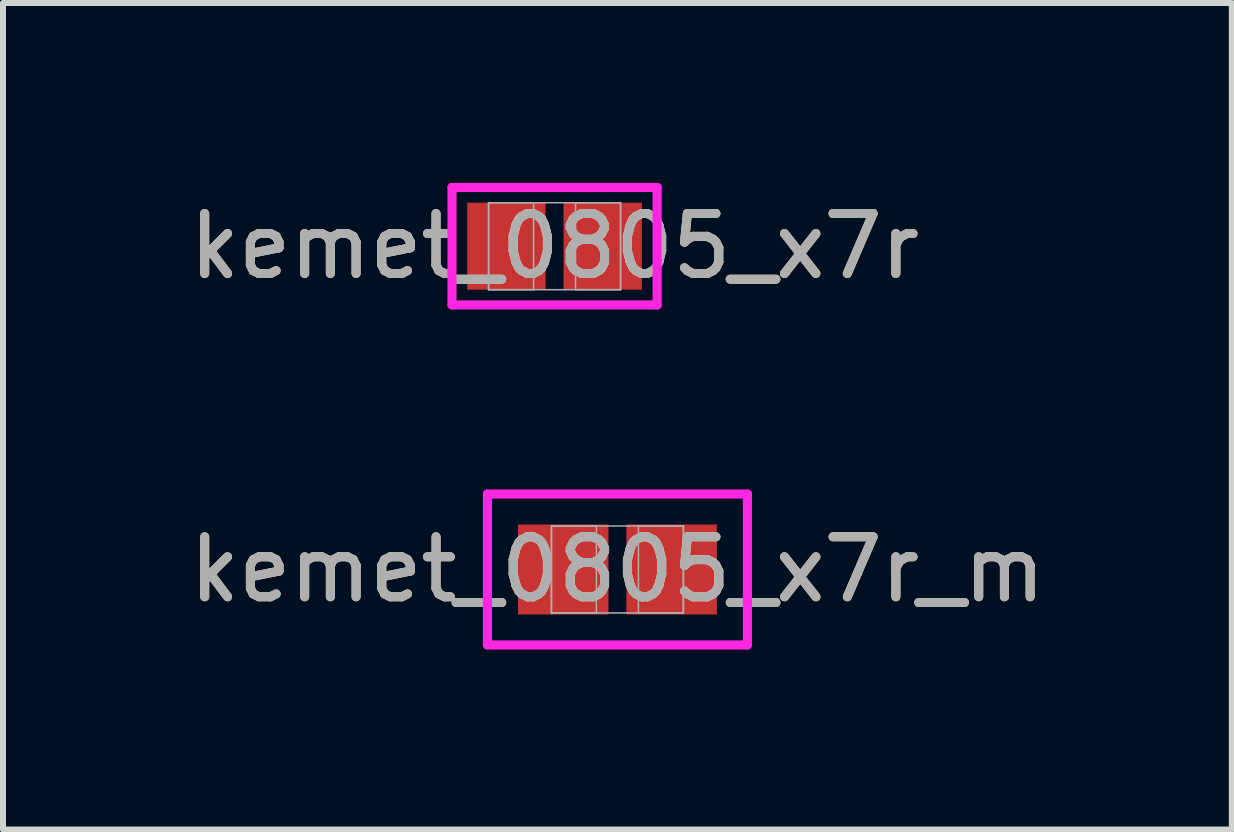
<source format=kicad_pcb>
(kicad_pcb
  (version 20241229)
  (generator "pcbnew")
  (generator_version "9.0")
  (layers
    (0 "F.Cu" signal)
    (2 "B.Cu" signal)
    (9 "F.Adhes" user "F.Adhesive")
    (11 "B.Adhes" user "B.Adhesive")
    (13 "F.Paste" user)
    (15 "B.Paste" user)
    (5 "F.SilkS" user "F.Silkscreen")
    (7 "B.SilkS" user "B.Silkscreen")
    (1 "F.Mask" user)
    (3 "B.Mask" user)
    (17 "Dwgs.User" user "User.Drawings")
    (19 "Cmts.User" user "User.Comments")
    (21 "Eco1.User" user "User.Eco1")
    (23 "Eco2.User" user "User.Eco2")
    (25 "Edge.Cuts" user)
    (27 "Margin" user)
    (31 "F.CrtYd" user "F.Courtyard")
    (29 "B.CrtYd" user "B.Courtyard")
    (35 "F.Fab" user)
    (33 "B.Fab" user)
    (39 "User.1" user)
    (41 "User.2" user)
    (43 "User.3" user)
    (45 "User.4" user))
  (footprint "kemet_0805_x7r_m"
    (layer "F.Cu")
    (at 7.244 6.445)
    (property "Reference" "kemet_0805_x7r_m" (at 0 0 0) (unlocked yes) (layer "F.SilkS") (effects (font (size 1 1) (thickness 0.15))))
    (attr smd)
    (fp_line (start -2.167 -1.258) (end 2.167 -1.258) (stroke (width 0.152) (type solid)) (layer "F.CrtYd"))
    (fp_line (start -2.167 1.258) (end -2.167 -1.258) (stroke (width 0.152) (type solid)) (layer "F.CrtYd"))
    (fp_line (start 2.167 -1.258) (end 2.167 1.258) (stroke (width 0.152) (type solid)) (layer "F.CrtYd"))
    (fp_line (start 2.167 1.258) (end -2.167 1.258) (stroke (width 0.152) (type solid)) (layer "F.CrtYd"))
    (fp_line (start -1.1 -0.725) (end -1.1 0.725) (stroke (width 0.025) (type solid)) (layer "F.Fab"))
    (fp_line (start -1.1 -0.725) (end -1.1 0.725) (stroke (width 0.025) (type solid)) (layer "F.Fab"))
    (fp_line (start -1.1 0.725) (end -0.35 0.725) (stroke (width 0.025) (type solid)) (layer "F.Fab"))
    (fp_line (start -1.1 0.725) (end 1.1 0.725) (stroke (width 0.025) (type solid)) (layer "F.Fab"))
    (fp_line (start -0.35 -0.725) (end -1.1 -0.725) (stroke (width 0.025) (type solid)) (layer "F.Fab"))
    (fp_line (start -0.35 0.725) (end -0.35 -0.725) (stroke (width 0.025) (type solid)) (layer "F.Fab"))
    (fp_line (start 0.35 -0.725) (end 0.35 0.725) (stroke (width 0.025) (type solid)) (layer "F.Fab"))
    (fp_line (start 0.35 0.725) (end 1.1 0.725) (stroke (width 0.025) (type solid)) (layer "F.Fab"))
    (fp_line (start 1.1 -0.725) (end -1.1 -0.725) (stroke (width 0.025) (type solid)) (layer "F.Fab"))
    (fp_line (start 1.1 -0.725) (end 0.35 -0.725) (stroke (width 0.025) (type solid)) (layer "F.Fab"))
    (fp_line (start 1.1 0.725) (end 1.1 -0.725) (stroke (width 0.025) (type solid)) (layer "F.Fab"))
    (fp_line (start 1.1 0.725) (end 1.1 -0.725) (stroke (width 0.025) (type solid)) (layer "F.Fab"))
    (fp_text user "${REFERENCE}" (at 0 0 0) (unlocked yes) (layer "F.Fab") (effects (font (size 1 1) (thickness 0.15))))
    (pad "1" smd rect (at -0.904 0) (size 1.509 1.501) (layers "F.Cu" "F.Mask" "F.Paste"))
    (pad "2" smd rect (at 0.904 0) (size 1.509 1.501) (layers "F.Cu" "F.Mask" "F.Paste"))
    (zone (net_name "") (layer "F.Cu") (hatch full 0.508) (connect_pads) (min_thickness 0.254) (filled_areas_thickness no) (keepout (tracks not_allowed) (vias not_allowed) (pads allowed) (copperpour not_allowed) (footprints allowed)) (placement (enabled no)) (fill) (polygon (pts (xy 7.145 5.771) (xy 7.343 5.771) (xy 7.343 7.119) (xy 7.145 7.119)))))
  (footprint "kemet_0805_x7r"
    (layer "F.Cu")
    (at 6.196 1.055)
    (property "Reference" "kemet_0805_x7r" (at 0 0 0) (unlocked yes) (layer "F.SilkS") (effects (font (size 1 1) (thickness 0.15))))
    (attr smd)
    (fp_line (start -1.71 -0.979) (end 1.71 -0.979) (stroke (width 0.152) (type solid)) (layer "F.CrtYd"))
    (fp_line (start -1.71 0.979) (end -1.71 -0.979) (stroke (width 0.152) (type solid)) (layer "F.CrtYd"))
    (fp_line (start 1.71 -0.979) (end 1.71 0.979) (stroke (width 0.152) (type solid)) (layer "F.CrtYd"))
    (fp_line (start 1.71 0.979) (end -1.71 0.979) (stroke (width 0.152) (type solid)) (layer "F.CrtYd"))
    (fp_line (start -1.1 -0.725) (end -1.1 0.725) (stroke (width 0.025) (type solid)) (layer "F.Fab"))
    (fp_line (start -1.1 -0.725) (end -1.1 0.725) (stroke (width 0.025) (type solid)) (layer "F.Fab"))
    (fp_line (start -1.1 0.725) (end -0.35 0.725) (stroke (width 0.025) (type solid)) (layer "F.Fab"))
    (fp_line (start -1.1 0.725) (end 1.1 0.725) (stroke (width 0.025) (type solid)) (layer "F.Fab"))
    (fp_line (start -0.35 -0.725) (end -1.1 -0.725) (stroke (width 0.025) (type solid)) (layer "F.Fab"))
    (fp_line (start -0.35 0.725) (end -0.35 -0.725) (stroke (width 0.025) (type solid)) (layer "F.Fab"))
    (fp_line (start 0.35 -0.725) (end 0.35 0.725) (stroke (width 0.025) (type solid)) (layer "F.Fab"))
    (fp_line (start 0.35 0.725) (end 1.1 0.725) (stroke (width 0.025) (type solid)) (layer "F.Fab"))
    (fp_line (start 1.1 -0.725) (end -1.1 -0.725) (stroke (width 0.025) (type solid)) (layer "F.Fab"))
    (fp_line (start 1.1 -0.725) (end 0.35 -0.725) (stroke (width 0.025) (type solid)) (layer "F.Fab"))
    (fp_line (start 1.1 0.725) (end 1.1 -0.725) (stroke (width 0.025) (type solid)) (layer "F.Fab"))
    (fp_line (start 1.1 0.725) (end 1.1 -0.725) (stroke (width 0.025) (type solid)) (layer "F.Fab"))
    (fp_text user "${REFERENCE}" (at 0 0 0) (unlocked yes) (layer "F.Fab") (effects (font (size 1 1) (thickness 0.15))))
    (pad "1" smd rect (at -0.803 0) (size 1.306 1.45) (layers "F.Cu" "F.Mask" "F.Paste"))
    (pad "2" smd rect (at 0.803 0) (size 1.306 1.45) (layers "F.Cu" "F.Mask" "F.Paste"))
    (zone (net_name "") (layer "F.Cu") (hatch full 0.508) (connect_pads) (min_thickness 0.254) (filled_areas_thickness no) (keepout (tracks not_allowed) (vias not_allowed) (pads allowed) (copperpour not_allowed) (footprints allowed)) (placement (enabled no)) (fill) (polygon (pts (xy 6.097 0.381) (xy 6.296 0.381) (xy 6.296 1.729) (xy 6.097 1.729)))))
  (gr_rect
    (start -3 -3)
    (end 17.488 10.78)
    (stroke (width 0.1) (type default))
    (fill no)
    (layer "Edge.Cuts")))
</source>
